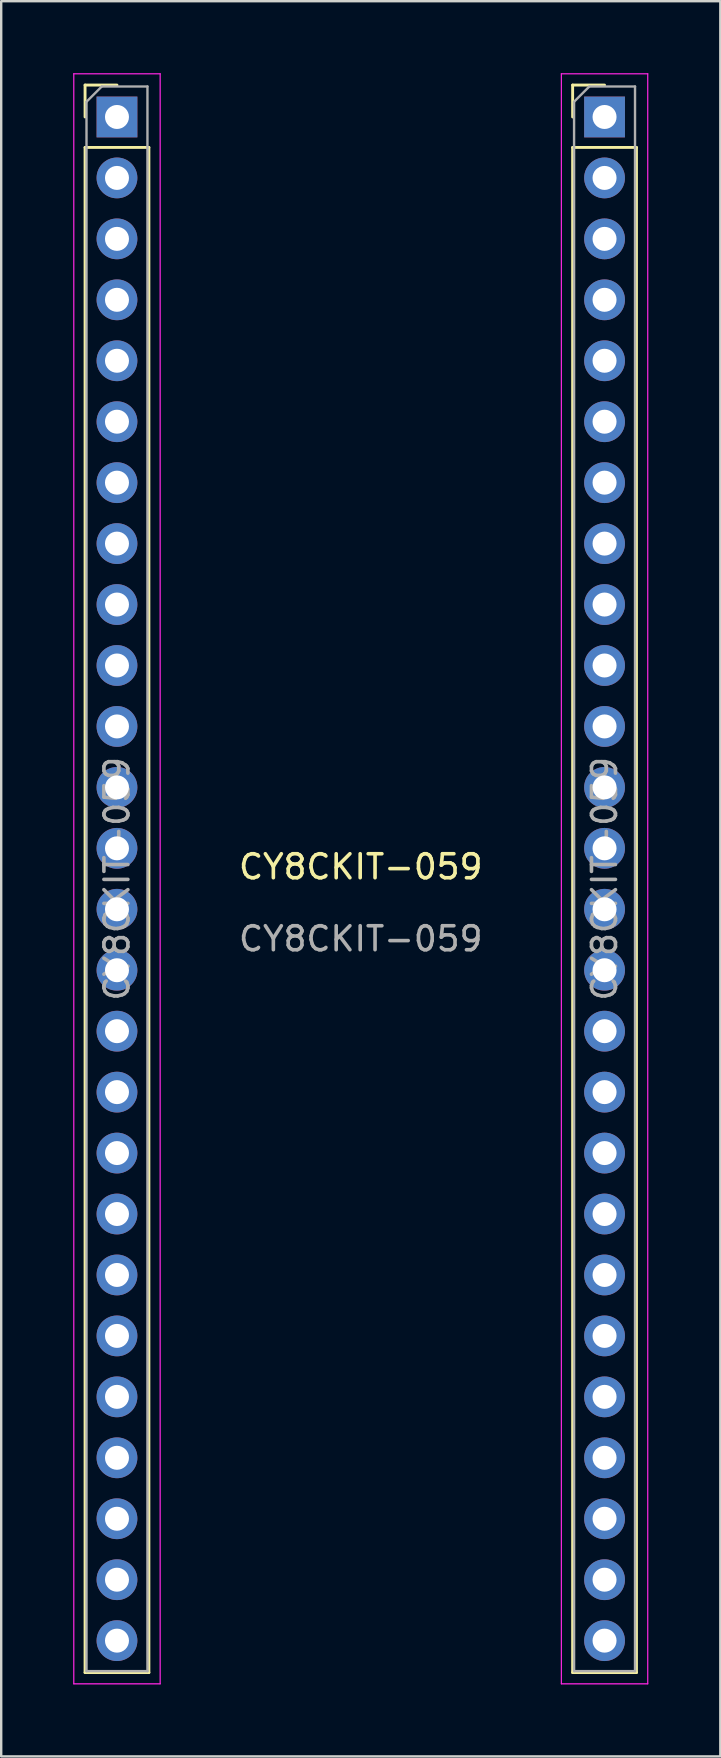
<source format=kicad_pcb>
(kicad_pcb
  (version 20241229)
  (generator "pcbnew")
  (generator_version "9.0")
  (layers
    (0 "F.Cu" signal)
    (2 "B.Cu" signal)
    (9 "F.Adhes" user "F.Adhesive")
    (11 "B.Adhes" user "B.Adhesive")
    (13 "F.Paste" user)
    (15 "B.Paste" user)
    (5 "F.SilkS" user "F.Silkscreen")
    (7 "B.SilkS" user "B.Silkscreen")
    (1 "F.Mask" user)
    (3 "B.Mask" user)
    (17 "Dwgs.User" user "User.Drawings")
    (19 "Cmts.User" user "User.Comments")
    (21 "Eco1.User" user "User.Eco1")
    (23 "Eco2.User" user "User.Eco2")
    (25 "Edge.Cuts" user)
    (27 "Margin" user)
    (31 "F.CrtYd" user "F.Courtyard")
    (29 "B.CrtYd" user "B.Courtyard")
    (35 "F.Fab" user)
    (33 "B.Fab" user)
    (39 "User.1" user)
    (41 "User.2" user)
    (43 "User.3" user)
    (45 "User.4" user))
  (footprint "CY8CKIT-059"
    (layer "F.Cu")
    (at 11.985 33.575)
    (property "Reference" "CY8CKIT-059" (at 0 -0.5 0) (unlocked yes) (layer "F.SilkS") (effects (font (size 1 1) (thickness 0.15))))
    (attr through_hole)
    (fp_line (start -11.49 -33.08) (end -10.16 -33.08) (stroke (width 0.12) (type solid)) (layer "F.SilkS"))
    (fp_line (start -11.49 -31.75) (end -11.49 -33.08) (stroke (width 0.12) (type solid)) (layer "F.SilkS"))
    (fp_line (start -11.49 -30.48) (end -11.49 33.08) (stroke (width 0.12) (type solid)) (layer "F.SilkS"))
    (fp_line (start -11.49 -30.48) (end -8.83 -30.48) (stroke (width 0.12) (type solid)) (layer "F.SilkS"))
    (fp_line (start -11.49 33.08) (end -8.83 33.08) (stroke (width 0.12) (type solid)) (layer "F.SilkS"))
    (fp_line (start -8.83 -30.48) (end -8.83 33.08) (stroke (width 0.12) (type solid)) (layer "F.SilkS"))
    (fp_line (start 8.83 -33.08) (end 10.16 -33.08) (stroke (width 0.12) (type solid)) (layer "F.SilkS"))
    (fp_line (start 8.83 -31.75) (end 8.83 -33.08) (stroke (width 0.12) (type solid)) (layer "F.SilkS"))
    (fp_line (start 8.83 -30.48) (end 8.83 33.08) (stroke (width 0.12) (type solid)) (layer "F.SilkS"))
    (fp_line (start 8.83 -30.48) (end 11.49 -30.48) (stroke (width 0.12) (type solid)) (layer "F.SilkS"))
    (fp_line (start 8.83 33.08) (end 11.49 33.08) (stroke (width 0.12) (type solid)) (layer "F.SilkS"))
    (fp_line (start 11.49 -30.48) (end 11.49 33.08) (stroke (width 0.12) (type solid)) (layer "F.SilkS"))
    (fp_line (start -11.96 -33.55) (end -11.96 33.55) (stroke (width 0.05) (type solid)) (layer "F.CrtYd"))
    (fp_line (start -11.96 33.55) (end -8.36 33.55) (stroke (width 0.05) (type solid)) (layer "F.CrtYd"))
    (fp_line (start -8.36 -33.55) (end -11.96 -33.55) (stroke (width 0.05) (type solid)) (layer "F.CrtYd"))
    (fp_line (start -8.36 33.55) (end -8.36 -33.55) (stroke (width 0.05) (type solid)) (layer "F.CrtYd"))
    (fp_line (start 8.36 -33.55) (end 8.36 33.55) (stroke (width 0.05) (type solid)) (layer "F.CrtYd"))
    (fp_line (start 8.36 33.55) (end 11.96 33.55) (stroke (width 0.05) (type solid)) (layer "F.CrtYd"))
    (fp_line (start 11.96 -33.55) (end 8.36 -33.55) (stroke (width 0.05) (type solid)) (layer "F.CrtYd"))
    (fp_line (start 11.96 33.55) (end 11.96 -33.55) (stroke (width 0.05) (type solid)) (layer "F.CrtYd"))
    (fp_line (start -11.43 -32.385) (end -10.795 -33.02) (stroke (width 0.1) (type solid)) (layer "F.Fab"))
    (fp_line (start -11.43 33.02) (end -11.43 -32.385) (stroke (width 0.1) (type solid)) (layer "F.Fab"))
    (fp_line (start -10.795 -33.02) (end -8.89 -33.02) (stroke (width 0.1) (type solid)) (layer "F.Fab"))
    (fp_line (start -8.89 -33.02) (end -8.89 33.02) (stroke (width 0.1) (type solid)) (layer "F.Fab"))
    (fp_line (start -8.89 33.02) (end -11.43 33.02) (stroke (width 0.1) (type solid)) (layer "F.Fab"))
    (fp_line (start 8.89 -32.385) (end 9.525 -33.02) (stroke (width 0.1) (type solid)) (layer "F.Fab"))
    (fp_line (start 8.89 33.02) (end 8.89 -32.385) (stroke (width 0.1) (type solid)) (layer "F.Fab"))
    (fp_line (start 9.525 -33.02) (end 11.43 -33.02) (stroke (width 0.1) (type solid)) (layer "F.Fab"))
    (fp_line (start 11.43 -33.02) (end 11.43 33.02) (stroke (width 0.1) (type solid)) (layer "F.Fab"))
    (fp_line (start 11.43 33.02) (end 8.89 33.02) (stroke (width 0.1) (type solid)) (layer "F.Fab"))
    (fp_text user "${REFERENCE}" (at 0 2.5 0) (unlocked yes) (layer "F.Fab") (effects (font (size 1 1) (thickness 0.15))))
    (fp_text user "${REFERENCE}" (at 10.16 0 90) (layer "F.Fab") (effects (font (size 1 1) (thickness 0.15))))
    (fp_text user "${REFERENCE}" (at -10.16 0 90) (layer "F.Fab") (effects (font (size 1 1) (thickness 0.15))))
    (pad "1" thru_hole rect (at -10.16 -31.75) (size 1.7 1.7) (drill 1) (layers "*.Cu" "*.Mask"))
    (pad "2" thru_hole oval (at -10.16 -29.21) (size 1.7 1.7) (drill 1) (layers "*.Cu" "*.Mask"))
    (pad "3" thru_hole oval (at -10.16 -26.67) (size 1.7 1.7) (drill 1) (layers "*.Cu" "*.Mask"))
    (pad "4" thru_hole oval (at -10.16 -24.13) (size 1.7 1.7) (drill 1) (layers "*.Cu" "*.Mask"))
    (pad "5" thru_hole oval (at -10.16 -21.59) (size 1.7 1.7) (drill 1) (layers "*.Cu" "*.Mask"))
    (pad "6" thru_hole oval (at -10.16 -19.05) (size 1.7 1.7) (drill 1) (layers "*.Cu" "*.Mask"))
    (pad "7" thru_hole oval (at -10.16 -16.51) (size 1.7 1.7) (drill 1) (layers "*.Cu" "*.Mask"))
    (pad "8" thru_hole oval (at -10.16 -13.97) (size 1.7 1.7) (drill 1) (layers "*.Cu" "*.Mask"))
    (pad "9" thru_hole oval (at -10.16 -11.43) (size 1.7 1.7) (drill 1) (layers "*.Cu" "*.Mask"))
    (pad "10" thru_hole oval (at -10.16 -8.89) (size 1.7 1.7) (drill 1) (layers "*.Cu" "*.Mask"))
    (pad "11" thru_hole oval (at -10.16 -6.35) (size 1.7 1.7) (drill 1) (layers "*.Cu" "*.Mask"))
    (pad "12" thru_hole oval (at -10.16 -3.81) (size 1.7 1.7) (drill 1) (layers "*.Cu" "*.Mask"))
    (pad "13" thru_hole oval (at -10.16 -1.27) (size 1.7 1.7) (drill 1) (layers "*.Cu" "*.Mask"))
    (pad "14" thru_hole oval (at -10.16 1.27) (size 1.7 1.7) (drill 1) (layers "*.Cu" "*.Mask"))
    (pad "15" thru_hole oval (at -10.16 3.81) (size 1.7 1.7) (drill 1) (layers "*.Cu" "*.Mask"))
    (pad "16" thru_hole oval (at -10.16 6.35) (size 1.7 1.7) (drill 1) (layers "*.Cu" "*.Mask"))
    (pad "17" thru_hole oval (at -10.16 8.89) (size 1.7 1.7) (drill 1) (layers "*.Cu" "*.Mask"))
    (pad "18" thru_hole oval (at -10.16 11.43) (size 1.7 1.7) (drill 1) (layers "*.Cu" "*.Mask"))
    (pad "19" thru_hole oval (at -10.16 13.97) (size 1.7 1.7) (drill 1) (layers "*.Cu" "*.Mask"))
    (pad "20" thru_hole oval (at -10.16 16.51) (size 1.7 1.7) (drill 1) (layers "*.Cu" "*.Mask"))
    (pad "21" thru_hole oval (at -10.16 19.05) (size 1.7 1.7) (drill 1) (layers "*.Cu" "*.Mask"))
    (pad "22" thru_hole oval (at -10.16 21.59) (size 1.7 1.7) (drill 1) (layers "*.Cu" "*.Mask"))
    (pad "23" thru_hole oval (at -10.16 24.13) (size 1.7 1.7) (drill 1) (layers "*.Cu" "*.Mask"))
    (pad "24" thru_hole oval (at -10.16 26.67) (size 1.7 1.7) (drill 1) (layers "*.Cu" "*.Mask"))
    (pad "25" thru_hole oval (at -10.16 29.21) (size 1.7 1.7) (drill 1) (layers "*.Cu" "*.Mask"))
    (pad "26" thru_hole oval (at -10.16 31.75) (size 1.7 1.7) (drill 1) (layers "*.Cu" "*.Mask"))
    (pad "27" thru_hole rect (at 10.16 -31.75) (size 1.7 1.7) (drill 1) (layers "*.Cu" "*.Mask"))
    (pad "28" thru_hole oval (at 10.16 -29.21) (size 1.7 1.7) (drill 1) (layers "*.Cu" "*.Mask"))
    (pad "29" thru_hole oval (at 10.16 -26.67) (size 1.7 1.7) (drill 1) (layers "*.Cu" "*.Mask"))
    (pad "30" thru_hole oval (at 10.16 -24.13) (size 1.7 1.7) (drill 1) (layers "*.Cu" "*.Mask"))
    (pad "31" thru_hole oval (at 10.16 -21.59) (size 1.7 1.7) (drill 1) (layers "*.Cu" "*.Mask"))
    (pad "32" thru_hole oval (at 10.16 -19.05) (size 1.7 1.7) (drill 1) (layers "*.Cu" "*.Mask"))
    (pad "33" thru_hole oval (at 10.16 -16.51) (size 1.7 1.7) (drill 1) (layers "*.Cu" "*.Mask"))
    (pad "34" thru_hole oval (at 10.16 -13.97) (size 1.7 1.7) (drill 1) (layers "*.Cu" "*.Mask"))
    (pad "35" thru_hole oval (at 10.16 -11.43) (size 1.7 1.7) (drill 1) (layers "*.Cu" "*.Mask"))
    (pad "36" thru_hole oval (at 10.16 -8.89) (size 1.7 1.7) (drill 1) (layers "*.Cu" "*.Mask"))
    (pad "37" thru_hole oval (at 10.16 -6.35) (size 1.7 1.7) (drill 1) (layers "*.Cu" "*.Mask"))
    (pad "38" thru_hole oval (at 10.16 -3.81) (size 1.7 1.7) (drill 1) (layers "*.Cu" "*.Mask"))
    (pad "39" thru_hole oval (at 10.16 -1.27) (size 1.7 1.7) (drill 1) (layers "*.Cu" "*.Mask"))
    (pad "40" thru_hole oval (at 10.16 1.27) (size 1.7 1.7) (drill 1) (layers "*.Cu" "*.Mask"))
    (pad "41" thru_hole oval (at 10.16 3.81) (size 1.7 1.7) (drill 1) (layers "*.Cu" "*.Mask"))
    (pad "42" thru_hole oval (at 10.16 6.35) (size 1.7 1.7) (drill 1) (layers "*.Cu" "*.Mask"))
    (pad "43" thru_hole oval (at 10.16 8.89) (size 1.7 1.7) (drill 1) (layers "*.Cu" "*.Mask"))
    (pad "44" thru_hole oval (at 10.16 11.43) (size 1.7 1.7) (drill 1) (layers "*.Cu" "*.Mask"))
    (pad "45" thru_hole oval (at 10.16 13.97) (size 1.7 1.7) (drill 1) (layers "*.Cu" "*.Mask"))
    (pad "46" thru_hole oval (at 10.16 16.51) (size 1.7 1.7) (drill 1) (layers "*.Cu" "*.Mask"))
    (pad "47" thru_hole oval (at 10.16 19.05) (size 1.7 1.7) (drill 1) (layers "*.Cu" "*.Mask"))
    (pad "48" thru_hole oval (at 10.16 21.59) (size 1.7 1.7) (drill 1) (layers "*.Cu" "*.Mask"))
    (pad "49" thru_hole oval (at 10.16 24.13) (size 1.7 1.7) (drill 1) (layers "*.Cu" "*.Mask"))
    (pad "50" thru_hole oval (at 10.16 26.67) (size 1.7 1.7) (drill 1) (layers "*.Cu" "*.Mask"))
    (pad "51" thru_hole oval (at 10.16 29.21) (size 1.7 1.7) (drill 1) (layers "*.Cu" "*.Mask"))
    (pad "52" thru_hole oval (at 10.16 31.75) (size 1.7 1.7) (drill 1) (layers "*.Cu" "*.Mask")))
  (gr_rect
    (start -3 -3)
    (end 26.97 70.15)
    (stroke (width 0.1) (type default))
    (fill no)
    (layer "Edge.Cuts")))
</source>
